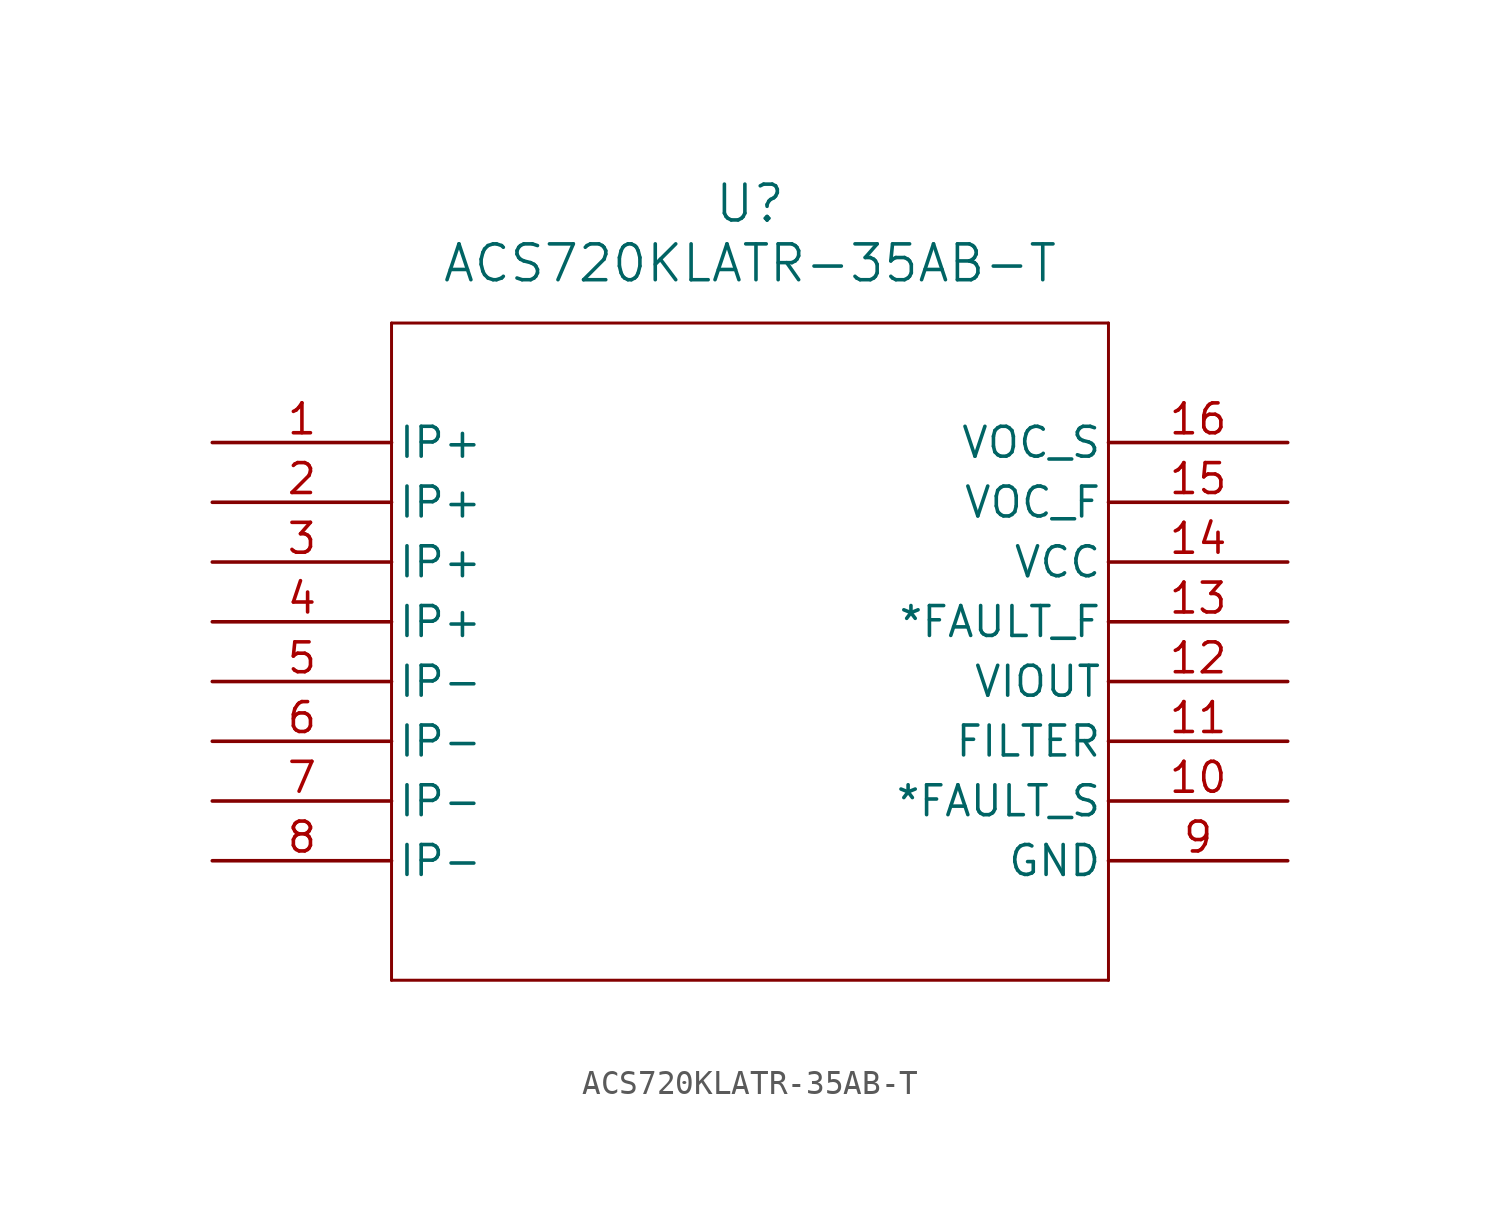
<source format=kicad_sym>
(kicad_symbol_lib
  (version 20211014)
  (generator kicad_symbol_editor)
  (symbol "ACS720KLATR-35AB-T"
    (pin_names
      (offset 0.254))
    (property "Reference" "U"
      (at 22.86 10.16 0)
      (effects (font (size 1.524 1.524))))
    (property "Value" "ACS720KLATR-35AB-T"
      (at 22.86 7.62 0)
      (effects (font (size 1.524 1.524))))
    (symbol "ACS720KLATR-35AB-T_0_1"
      (polyline (pts (xy 7.62 5.08) (xy 7.62 -22.86)) (stroke (width 0.127) (type default) (color 0 0 0 0)) (fill (type none)))
      (polyline (pts (xy 7.62 -22.86) (xy 38.1 -22.86)) (stroke (width 0.127) (type default) (color 0 0 0 0)) (fill (type none)))
      (polyline (pts (xy 38.1 -22.86) (xy 38.1 5.08)) (stroke (width 0.127) (type default) (color 0 0 0 0)) (fill (type none)))
      (polyline (pts (xy 38.1 5.08) (xy 7.62 5.08)) (stroke (width 0.127) (type default) (color 0 0 0 0)) (fill (type none)))
      (pin unspecified line (at 0 0 0) (length 7.62) (name "IP+" (effects (font (size 1.27 1.27)))) (number "1" (effects (font (size 1.27 1.27)))))
      (pin unspecified line (at 0 -2.54 0) (length 7.62) (name "IP+" (effects (font (size 1.27 1.27)))) (number "2" (effects (font (size 1.27 1.27)))))
      (pin unspecified line (at 0 -5.08 0) (length 7.62) (name "IP+" (effects (font (size 1.27 1.27)))) (number "3" (effects (font (size 1.27 1.27)))))
      (pin unspecified line (at 0 -7.62 0) (length 7.62) (name "IP+" (effects (font (size 1.27 1.27)))) (number "4" (effects (font (size 1.27 1.27)))))
      (pin unspecified line (at 0 -10.16 0) (length 7.62) (name "IP-" (effects (font (size 1.27 1.27)))) (number "5" (effects (font (size 1.27 1.27)))))
      (pin unspecified line (at 0 -12.7 0) (length 7.62) (name "IP-" (effects (font (size 1.27 1.27)))) (number "6" (effects (font (size 1.27 1.27)))))
      (pin unspecified line (at 0 -15.24 0) (length 7.62) (name "IP-" (effects (font (size 1.27 1.27)))) (number "7" (effects (font (size 1.27 1.27)))))
      (pin unspecified line (at 0 -17.78 0) (length 7.62) (name "IP-" (effects (font (size 1.27 1.27)))) (number "8" (effects (font (size 1.27 1.27)))))
      (pin power_out line (at 45.72 -17.78 180) (length 7.62) (name "GND" (effects (font (size 1.27 1.27)))) (number "9" (effects (font (size 1.27 1.27)))))
      (pin output line (at 45.72 -15.24 180) (length 7.62) (name "*FAULT_S" (effects (font (size 1.27 1.27)))) (number "10" (effects (font (size 1.27 1.27)))))
      (pin unspecified line (at 45.72 -12.7 180) (length 7.62) (name "FILTER" (effects (font (size 1.27 1.27)))) (number "11" (effects (font (size 1.27 1.27)))))
      (pin output line (at 45.72 -10.16 180) (length 7.62) (name "VIOUT" (effects (font (size 1.27 1.27)))) (number "12" (effects (font (size 1.27 1.27)))))
      (pin output line (at 45.72 -7.62 180) (length 7.62) (name "*FAULT_F" (effects (font (size 1.27 1.27)))) (number "13" (effects (font (size 1.27 1.27)))))
      (pin power_in line (at 45.72 -5.08 180) (length 7.62) (name "VCC" (effects (font (size 1.27 1.27)))) (number "14" (effects (font (size 1.27 1.27)))))
      (pin unspecified line (at 45.72 -2.54 180) (length 7.62) (name "VOC_F" (effects (font (size 1.27 1.27)))) (number "15" (effects (font (size 1.27 1.27)))))
      (pin unspecified line (at 45.72 0 180) (length 7.62) (name "VOC_S" (effects (font (size 1.27 1.27)))) (number "16" (effects (font (size 1.27 1.27))))))))
</source>
